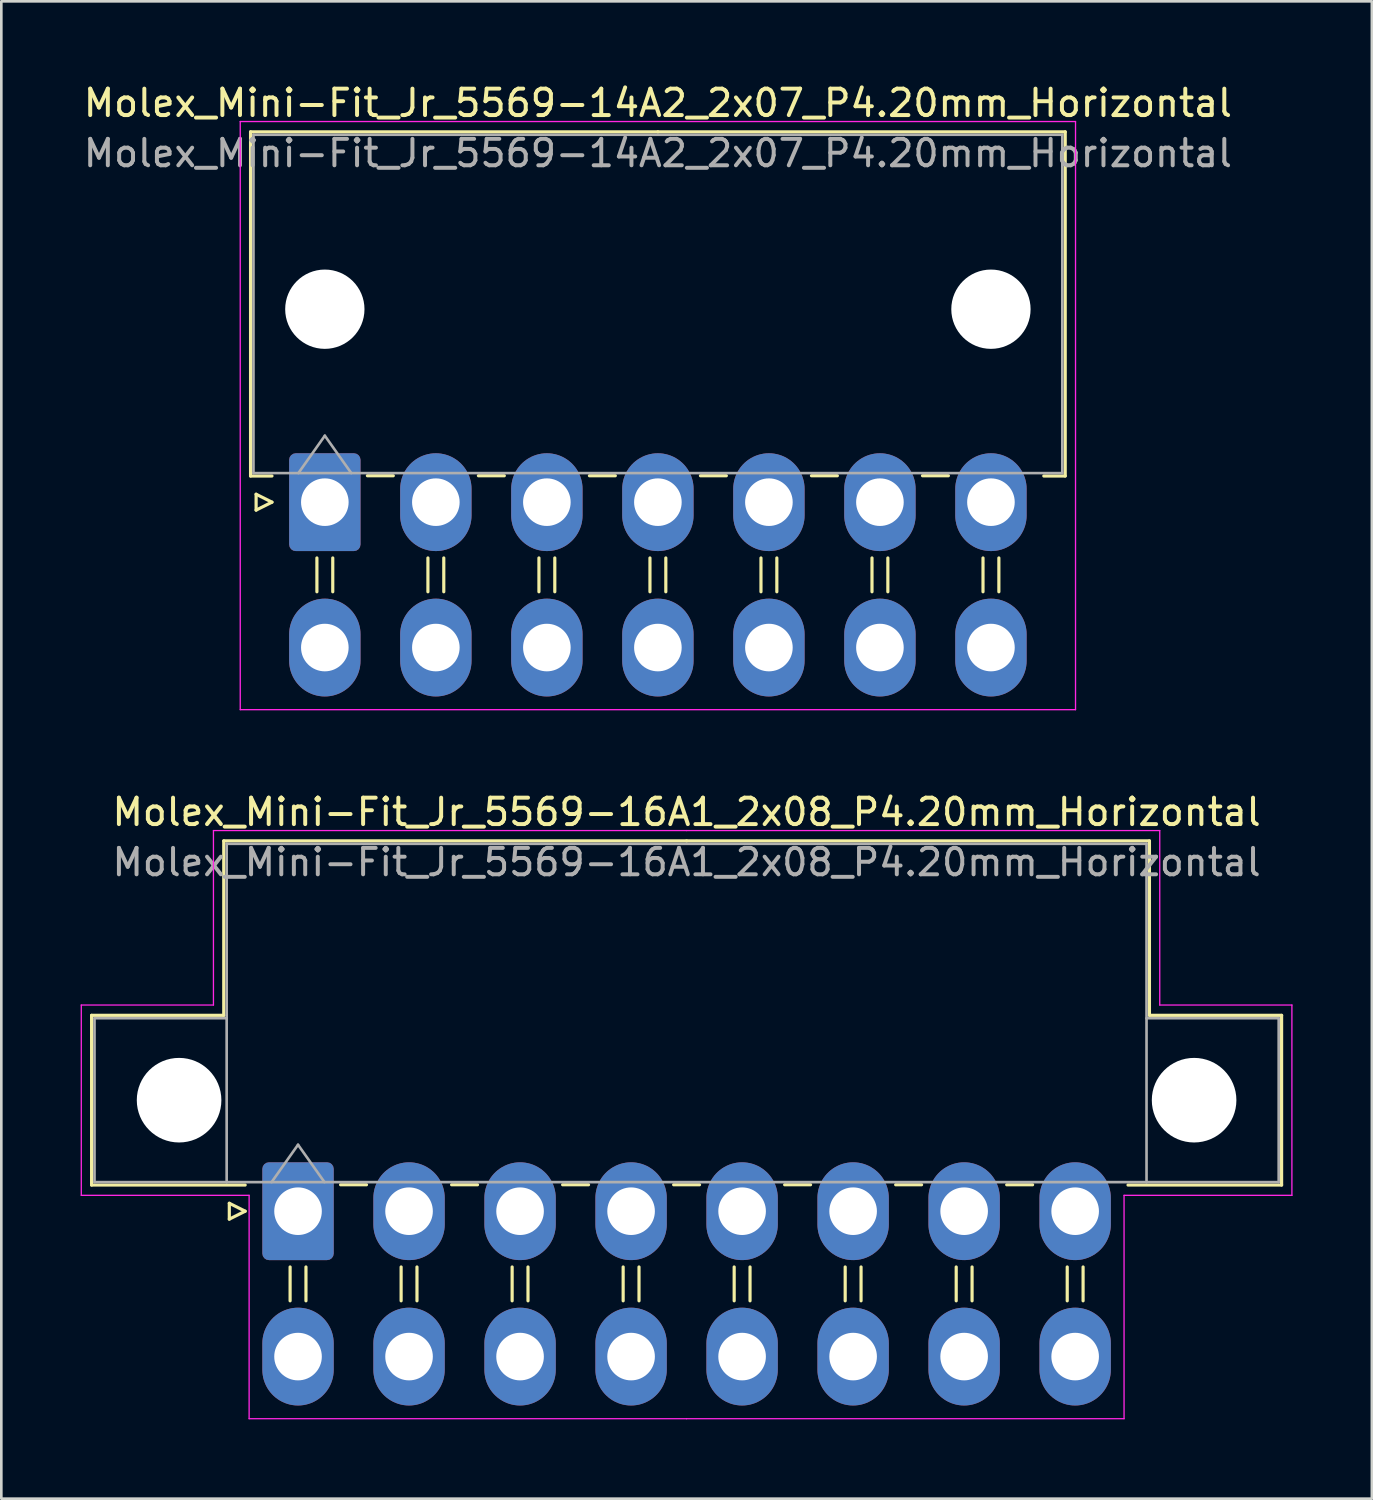
<source format=kicad_pcb>
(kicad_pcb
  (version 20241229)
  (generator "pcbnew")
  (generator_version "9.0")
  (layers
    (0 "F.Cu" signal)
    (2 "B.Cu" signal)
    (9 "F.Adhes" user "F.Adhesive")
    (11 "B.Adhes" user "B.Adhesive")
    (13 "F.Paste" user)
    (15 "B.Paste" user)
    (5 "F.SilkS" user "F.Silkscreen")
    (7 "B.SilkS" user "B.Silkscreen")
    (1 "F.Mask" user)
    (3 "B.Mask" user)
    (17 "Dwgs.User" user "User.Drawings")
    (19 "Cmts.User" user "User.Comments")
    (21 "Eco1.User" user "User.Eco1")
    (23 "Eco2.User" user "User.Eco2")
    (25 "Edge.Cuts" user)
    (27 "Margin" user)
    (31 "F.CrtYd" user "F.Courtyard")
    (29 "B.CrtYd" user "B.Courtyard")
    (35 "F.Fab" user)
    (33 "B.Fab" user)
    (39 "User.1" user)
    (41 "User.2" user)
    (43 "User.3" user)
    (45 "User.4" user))
  (footprint "Molex_Mini-Fit_Jr_5569-16A1_2x08_P4.20mm_Horizontal"
    (layer "F.Cu")
    (at 8.225 42.772)
    (property "Reference" "Molex_Mini-Fit_Jr_5569-16A1_2x08_P4.20mm_Horizontal" (at 14.7 -15.1 0) (layer "F.SilkS") (effects (font (size 1 1) (thickness 0.15))))
    (attr through_hole)
    (fp_line (start -7.81 -7.41) (end -7.81 -0.99) (stroke (width 0.12) (type solid)) (layer "F.SilkS"))
    (fp_line (start -7.81 -0.99) (end -2 -0.99) (stroke (width 0.12) (type solid)) (layer "F.SilkS"))
    (fp_line (start -2.81 -14.01) (end -2.81 -7.41) (stroke (width 0.12) (type solid)) (layer "F.SilkS"))
    (fp_line (start -2.81 -7.41) (end -7.81 -7.41) (stroke (width 0.12) (type solid)) (layer "F.SilkS"))
    (fp_line (start -2.6 -0.3) (end -2 0) (stroke (width 0.12) (type solid)) (layer "F.SilkS"))
    (fp_line (start -2.6 0.3) (end -2.6 -0.3) (stroke (width 0.12) (type solid)) (layer "F.SilkS"))
    (fp_line (start -2 0) (end -2.6 0.3) (stroke (width 0.12) (type solid)) (layer "F.SilkS"))
    (fp_line (start -0.3 2.11) (end -0.3 3.39) (stroke (width 0.12) (type solid)) (layer "F.SilkS"))
    (fp_line (start 0.3 2.11) (end 0.3 3.39) (stroke (width 0.12) (type solid)) (layer "F.SilkS"))
    (fp_line (start 1.61 -1) (end 2.59 -1) (stroke (width 0.12) (type solid)) (layer "F.SilkS"))
    (fp_line (start 3.9 2.11) (end 3.9 3.39) (stroke (width 0.12) (type solid)) (layer "F.SilkS"))
    (fp_line (start 4.5 2.11) (end 4.5 3.39) (stroke (width 0.12) (type solid)) (layer "F.SilkS"))
    (fp_line (start 5.81 -1) (end 6.79 -1) (stroke (width 0.12) (type solid)) (layer "F.SilkS"))
    (fp_line (start 8.1 2.11) (end 8.1 3.39) (stroke (width 0.12) (type solid)) (layer "F.SilkS"))
    (fp_line (start 8.7 2.11) (end 8.7 3.39) (stroke (width 0.12) (type solid)) (layer "F.SilkS"))
    (fp_line (start 10.01 -1) (end 10.99 -1) (stroke (width 0.12) (type solid)) (layer "F.SilkS"))
    (fp_line (start 12.3 2.11) (end 12.3 3.39) (stroke (width 0.12) (type solid)) (layer "F.SilkS"))
    (fp_line (start 12.9 2.11) (end 12.9 3.39) (stroke (width 0.12) (type solid)) (layer "F.SilkS"))
    (fp_line (start 14.21 -1) (end 15.19 -1) (stroke (width 0.12) (type solid)) (layer "F.SilkS"))
    (fp_line (start 14.7 -14.01) (end -2.81 -14.01) (stroke (width 0.12) (type solid)) (layer "F.SilkS"))
    (fp_line (start 14.7 -14.01) (end 32.21 -14.01) (stroke (width 0.12) (type solid)) (layer "F.SilkS"))
    (fp_line (start 16.5 2.11) (end 16.5 3.39) (stroke (width 0.12) (type solid)) (layer "F.SilkS"))
    (fp_line (start 17.1 2.11) (end 17.1 3.39) (stroke (width 0.12) (type solid)) (layer "F.SilkS"))
    (fp_line (start 18.41 -1) (end 19.39 -1) (stroke (width 0.12) (type solid)) (layer "F.SilkS"))
    (fp_line (start 20.7 2.11) (end 20.7 3.39) (stroke (width 0.12) (type solid)) (layer "F.SilkS"))
    (fp_line (start 21.3 2.11) (end 21.3 3.39) (stroke (width 0.12) (type solid)) (layer "F.SilkS"))
    (fp_line (start 22.61 -1) (end 23.59 -1) (stroke (width 0.12) (type solid)) (layer "F.SilkS"))
    (fp_line (start 24.9 2.11) (end 24.9 3.39) (stroke (width 0.12) (type solid)) (layer "F.SilkS"))
    (fp_line (start 25.5 2.11) (end 25.5 3.39) (stroke (width 0.12) (type solid)) (layer "F.SilkS"))
    (fp_line (start 26.81 -1) (end 27.79 -1) (stroke (width 0.12) (type solid)) (layer "F.SilkS"))
    (fp_line (start 29.1 2.11) (end 29.1 3.39) (stroke (width 0.12) (type solid)) (layer "F.SilkS"))
    (fp_line (start 29.7 2.11) (end 29.7 3.39) (stroke (width 0.12) (type solid)) (layer "F.SilkS"))
    (fp_line (start 32.21 -14.01) (end 32.21 -7.41) (stroke (width 0.12) (type solid)) (layer "F.SilkS"))
    (fp_line (start 32.21 -7.41) (end 37.21 -7.41) (stroke (width 0.12) (type solid)) (layer "F.SilkS"))
    (fp_line (start 37.21 -7.41) (end 37.21 -0.99) (stroke (width 0.12) (type solid)) (layer "F.SilkS"))
    (fp_line (start 37.21 -0.99) (end 31.4 -0.99) (stroke (width 0.12) (type solid)) (layer "F.SilkS"))
    (fp_line (start -8.2 -7.8) (end -8.2 -0.6) (stroke (width 0.05) (type solid)) (layer "F.CrtYd"))
    (fp_line (start -8.2 -0.6) (end -1.85 -0.6) (stroke (width 0.05) (type solid)) (layer "F.CrtYd"))
    (fp_line (start -3.2 -14.4) (end -3.2 -7.8) (stroke (width 0.05) (type solid)) (layer "F.CrtYd"))
    (fp_line (start -3.2 -7.8) (end -8.2 -7.8) (stroke (width 0.05) (type solid)) (layer "F.CrtYd"))
    (fp_line (start -1.85 -0.6) (end -1.85 7.85) (stroke (width 0.05) (type solid)) (layer "F.CrtYd"))
    (fp_line (start -1.85 7.85) (end 14.7 7.85) (stroke (width 0.05) (type solid)) (layer "F.CrtYd"))
    (fp_line (start 14.7 -14.4) (end -3.2 -14.4) (stroke (width 0.05) (type solid)) (layer "F.CrtYd"))
    (fp_line (start 14.7 -14.4) (end 32.6 -14.4) (stroke (width 0.05) (type solid)) (layer "F.CrtYd"))
    (fp_line (start 31.25 -0.6) (end 31.25 7.85) (stroke (width 0.05) (type solid)) (layer "F.CrtYd"))
    (fp_line (start 31.25 7.85) (end 14.7 7.85) (stroke (width 0.05) (type solid)) (layer "F.CrtYd"))
    (fp_line (start 32.6 -14.4) (end 32.6 -7.8) (stroke (width 0.05) (type solid)) (layer "F.CrtYd"))
    (fp_line (start 32.6 -7.8) (end 37.6 -7.8) (stroke (width 0.05) (type solid)) (layer "F.CrtYd"))
    (fp_line (start 37.6 -7.8) (end 37.6 -0.6) (stroke (width 0.05) (type solid)) (layer "F.CrtYd"))
    (fp_line (start 37.6 -0.6) (end 31.25 -0.6) (stroke (width 0.05) (type solid)) (layer "F.CrtYd"))
    (fp_line (start -7.7 -7.3) (end -7.7 -1.1) (stroke (width 0.1) (type solid)) (layer "F.Fab"))
    (fp_line (start -7.7 -1.1) (end -2.7 -1.1) (stroke (width 0.1) (type solid)) (layer "F.Fab"))
    (fp_line (start -2.7 -13.9) (end -2.7 -1.1) (stroke (width 0.1) (type solid)) (layer "F.Fab"))
    (fp_line (start -2.7 -7.3) (end -7.7 -7.3) (stroke (width 0.1) (type solid)) (layer "F.Fab"))
    (fp_line (start -2.7 -1.1) (end 32.1 -1.1) (stroke (width 0.1) (type solid)) (layer "F.Fab"))
    (fp_line (start -1 -1.1) (end 0 -2.514) (stroke (width 0.1) (type solid)) (layer "F.Fab"))
    (fp_line (start 0 -2.514) (end 1 -1.1) (stroke (width 0.1) (type solid)) (layer "F.Fab"))
    (fp_line (start 32.1 -13.9) (end -2.7 -13.9) (stroke (width 0.1) (type solid)) (layer "F.Fab"))
    (fp_line (start 32.1 -7.3) (end 37.1 -7.3) (stroke (width 0.1) (type solid)) (layer "F.Fab"))
    (fp_line (start 32.1 -1.1) (end 32.1 -13.9) (stroke (width 0.1) (type solid)) (layer "F.Fab"))
    (fp_line (start 37.1 -7.3) (end 37.1 -1.1) (stroke (width 0.1) (type solid)) (layer "F.Fab"))
    (fp_line (start 37.1 -1.1) (end 32.1 -1.1) (stroke (width 0.1) (type solid)) (layer "F.Fab"))
    (fp_text user "${REFERENCE}" (at 14.7 -13.2 0) (layer "F.Fab") (effects (font (size 1 1) (thickness 0.15))))
    (pad "" np_thru_hole circle (at -4.5 -4.2) (size 3.2 3.2) (drill 3.2) (layers "*.Cu" "*.Mask"))
    (pad "" np_thru_hole circle (at 33.9 -4.2) (size 3.2 3.2) (drill 3.2) (layers "*.Cu" "*.Mask"))
    (pad "1" thru_hole roundrect (at 0 0) (size 2.7 3.7) (drill 1.8) (layers "*.Cu" "*.Mask") (roundrect_rratio 0.093))
    (pad "2" thru_hole oval (at 4.2 0) (size 2.7 3.7) (drill 1.8) (layers "*.Cu" "*.Mask"))
    (pad "3" thru_hole oval (at 8.4 0) (size 2.7 3.7) (drill 1.8) (layers "*.Cu" "*.Mask"))
    (pad "4" thru_hole oval (at 12.6 0) (size 2.7 3.7) (drill 1.8) (layers "*.Cu" "*.Mask"))
    (pad "5" thru_hole oval (at 16.8 0) (size 2.7 3.7) (drill 1.8) (layers "*.Cu" "*.Mask"))
    (pad "6" thru_hole oval (at 21 0) (size 2.7 3.7) (drill 1.8) (layers "*.Cu" "*.Mask"))
    (pad "7" thru_hole oval (at 25.2 0) (size 2.7 3.7) (drill 1.8) (layers "*.Cu" "*.Mask"))
    (pad "8" thru_hole oval (at 29.4 0) (size 2.7 3.7) (drill 1.8) (layers "*.Cu" "*.Mask"))
    (pad "9" thru_hole oval (at 0 5.5) (size 2.7 3.7) (drill 1.8) (layers "*.Cu" "*.Mask"))
    (pad "10" thru_hole oval (at 4.2 5.5) (size 2.7 3.7) (drill 1.8) (layers "*.Cu" "*.Mask"))
    (pad "11" thru_hole oval (at 8.4 5.5) (size 2.7 3.7) (drill 1.8) (layers "*.Cu" "*.Mask"))
    (pad "12" thru_hole oval (at 12.6 5.5) (size 2.7 3.7) (drill 1.8) (layers "*.Cu" "*.Mask"))
    (pad "13" thru_hole oval (at 16.8 5.5) (size 2.7 3.7) (drill 1.8) (layers "*.Cu" "*.Mask"))
    (pad "14" thru_hole oval (at 21 5.5) (size 2.7 3.7) (drill 1.8) (layers "*.Cu" "*.Mask"))
    (pad "15" thru_hole oval (at 25.2 5.5) (size 2.7 3.7) (drill 1.8) (layers "*.Cu" "*.Mask"))
    (pad "16" thru_hole oval (at 29.4 5.5) (size 2.7 3.7) (drill 1.8) (layers "*.Cu" "*.Mask")))
  (footprint "Molex_Mini-Fit_Jr_5569-14A2_2x07_P4.20mm_Horizontal"
    (layer "F.Cu")
    (at 9.239 15.948)
    (property "Reference" "Molex_Mini-Fit_Jr_5569-14A2_2x07_P4.20mm_Horizontal" (at 12.6 -15.1 0) (layer "F.SilkS") (effects (font (size 1 1) (thickness 0.15))))
    (attr through_hole)
    (fp_line (start -2.81 -14.01) (end 12.6 -14.01) (stroke (width 0.12) (type solid)) (layer "F.SilkS"))
    (fp_line (start -2.81 -0.99) (end -2.81 -14.01) (stroke (width 0.12) (type solid)) (layer "F.SilkS"))
    (fp_line (start -2.6 -0.3) (end -2 0) (stroke (width 0.12) (type solid)) (layer "F.SilkS"))
    (fp_line (start -2.6 0.3) (end -2.6 -0.3) (stroke (width 0.12) (type solid)) (layer "F.SilkS"))
    (fp_line (start -2 -0.99) (end -2.81 -0.99) (stroke (width 0.12) (type solid)) (layer "F.SilkS"))
    (fp_line (start -2 0) (end -2.6 0.3) (stroke (width 0.12) (type solid)) (layer "F.SilkS"))
    (fp_line (start -0.3 2.11) (end -0.3 3.39) (stroke (width 0.12) (type solid)) (layer "F.SilkS"))
    (fp_line (start 0.3 2.11) (end 0.3 3.39) (stroke (width 0.12) (type solid)) (layer "F.SilkS"))
    (fp_line (start 1.61 -1) (end 2.59 -1) (stroke (width 0.12) (type solid)) (layer "F.SilkS"))
    (fp_line (start 3.9 2.11) (end 3.9 3.39) (stroke (width 0.12) (type solid)) (layer "F.SilkS"))
    (fp_line (start 4.5 2.11) (end 4.5 3.39) (stroke (width 0.12) (type solid)) (layer "F.SilkS"))
    (fp_line (start 5.81 -1) (end 6.79 -1) (stroke (width 0.12) (type solid)) (layer "F.SilkS"))
    (fp_line (start 8.1 2.11) (end 8.1 3.39) (stroke (width 0.12) (type solid)) (layer "F.SilkS"))
    (fp_line (start 8.7 2.11) (end 8.7 3.39) (stroke (width 0.12) (type solid)) (layer "F.SilkS"))
    (fp_line (start 10.01 -1) (end 10.99 -1) (stroke (width 0.12) (type solid)) (layer "F.SilkS"))
    (fp_line (start 12.3 2.11) (end 12.3 3.39) (stroke (width 0.12) (type solid)) (layer "F.SilkS"))
    (fp_line (start 12.9 2.11) (end 12.9 3.39) (stroke (width 0.12) (type solid)) (layer "F.SilkS"))
    (fp_line (start 14.21 -1) (end 15.19 -1) (stroke (width 0.12) (type solid)) (layer "F.SilkS"))
    (fp_line (start 16.5 2.11) (end 16.5 3.39) (stroke (width 0.12) (type solid)) (layer "F.SilkS"))
    (fp_line (start 17.1 2.11) (end 17.1 3.39) (stroke (width 0.12) (type solid)) (layer "F.SilkS"))
    (fp_line (start 18.41 -1) (end 19.39 -1) (stroke (width 0.12) (type solid)) (layer "F.SilkS"))
    (fp_line (start 20.7 2.11) (end 20.7 3.39) (stroke (width 0.12) (type solid)) (layer "F.SilkS"))
    (fp_line (start 21.3 2.11) (end 21.3 3.39) (stroke (width 0.12) (type solid)) (layer "F.SilkS"))
    (fp_line (start 22.61 -1) (end 23.59 -1) (stroke (width 0.12) (type solid)) (layer "F.SilkS"))
    (fp_line (start 24.9 2.11) (end 24.9 3.39) (stroke (width 0.12) (type solid)) (layer "F.SilkS"))
    (fp_line (start 25.5 2.11) (end 25.5 3.39) (stroke (width 0.12) (type solid)) (layer "F.SilkS"))
    (fp_line (start 27.2 -0.99) (end 28.01 -0.99) (stroke (width 0.12) (type solid)) (layer "F.SilkS"))
    (fp_line (start 28.01 -14.01) (end 12.6 -14.01) (stroke (width 0.12) (type solid)) (layer "F.SilkS"))
    (fp_line (start 28.01 -0.99) (end 28.01 -14.01) (stroke (width 0.12) (type solid)) (layer "F.SilkS"))
    (fp_line (start -3.2 -14.4) (end -3.2 7.85) (stroke (width 0.05) (type solid)) (layer "F.CrtYd"))
    (fp_line (start -3.2 7.85) (end 28.4 7.85) (stroke (width 0.05) (type solid)) (layer "F.CrtYd"))
    (fp_line (start 28.4 -14.4) (end -3.2 -14.4) (stroke (width 0.05) (type solid)) (layer "F.CrtYd"))
    (fp_line (start 28.4 7.85) (end 28.4 -14.4) (stroke (width 0.05) (type solid)) (layer "F.CrtYd"))
    (fp_line (start -2.7 -13.9) (end -2.7 -1.1) (stroke (width 0.1) (type solid)) (layer "F.Fab"))
    (fp_line (start -2.7 -1.1) (end 27.9 -1.1) (stroke (width 0.1) (type solid)) (layer "F.Fab"))
    (fp_line (start -1 -1.1) (end 0 -2.514) (stroke (width 0.1) (type solid)) (layer "F.Fab"))
    (fp_line (start 0 -2.514) (end 1 -1.1) (stroke (width 0.1) (type solid)) (layer "F.Fab"))
    (fp_line (start 27.9 -13.9) (end -2.7 -13.9) (stroke (width 0.1) (type solid)) (layer "F.Fab"))
    (fp_line (start 27.9 -1.1) (end 27.9 -13.9) (stroke (width 0.1) (type solid)) (layer "F.Fab"))
    (fp_text user "${REFERENCE}" (at 12.6 -13.2 0) (layer "F.Fab") (effects (font (size 1 1) (thickness 0.15))))
    (pad "" np_thru_hole circle (at 0 -7.3) (size 3 3) (drill 3) (layers "*.Cu" "*.Mask"))
    (pad "" np_thru_hole circle (at 25.2 -7.3) (size 3 3) (drill 3) (layers "*.Cu" "*.Mask"))
    (pad "1" thru_hole roundrect (at 0 0) (size 2.7 3.7) (drill 1.8) (layers "*.Cu" "*.Mask") (roundrect_rratio 0.093))
    (pad "2" thru_hole oval (at 4.2 0) (size 2.7 3.7) (drill 1.8) (layers "*.Cu" "*.Mask"))
    (pad "3" thru_hole oval (at 8.4 0) (size 2.7 3.7) (drill 1.8) (layers "*.Cu" "*.Mask"))
    (pad "4" thru_hole oval (at 12.6 0) (size 2.7 3.7) (drill 1.8) (layers "*.Cu" "*.Mask"))
    (pad "5" thru_hole oval (at 16.8 0) (size 2.7 3.7) (drill 1.8) (layers "*.Cu" "*.Mask"))
    (pad "6" thru_hole oval (at 21 0) (size 2.7 3.7) (drill 1.8) (layers "*.Cu" "*.Mask"))
    (pad "7" thru_hole oval (at 25.2 0) (size 2.7 3.7) (drill 1.8) (layers "*.Cu" "*.Mask"))
    (pad "8" thru_hole oval (at 0 5.5) (size 2.7 3.7) (drill 1.8) (layers "*.Cu" "*.Mask"))
    (pad "9" thru_hole oval (at 4.2 5.5) (size 2.7 3.7) (drill 1.8) (layers "*.Cu" "*.Mask"))
    (pad "10" thru_hole oval (at 8.4 5.5) (size 2.7 3.7) (drill 1.8) (layers "*.Cu" "*.Mask"))
    (pad "11" thru_hole oval (at 12.6 5.5) (size 2.7 3.7) (drill 1.8) (layers "*.Cu" "*.Mask"))
    (pad "12" thru_hole oval (at 16.8 5.5) (size 2.7 3.7) (drill 1.8) (layers "*.Cu" "*.Mask"))
    (pad "13" thru_hole oval (at 21 5.5) (size 2.7 3.7) (drill 1.8) (layers "*.Cu" "*.Mask"))
    (pad "14" thru_hole oval (at 25.2 5.5) (size 2.7 3.7) (drill 1.8) (layers "*.Cu" "*.Mask")))
  (gr_rect
    (start -3 -3)
    (end 48.85 53.647)
    (stroke (width 0.1) (type default))
    (fill no)
    (layer "Edge.Cuts")))
</source>
